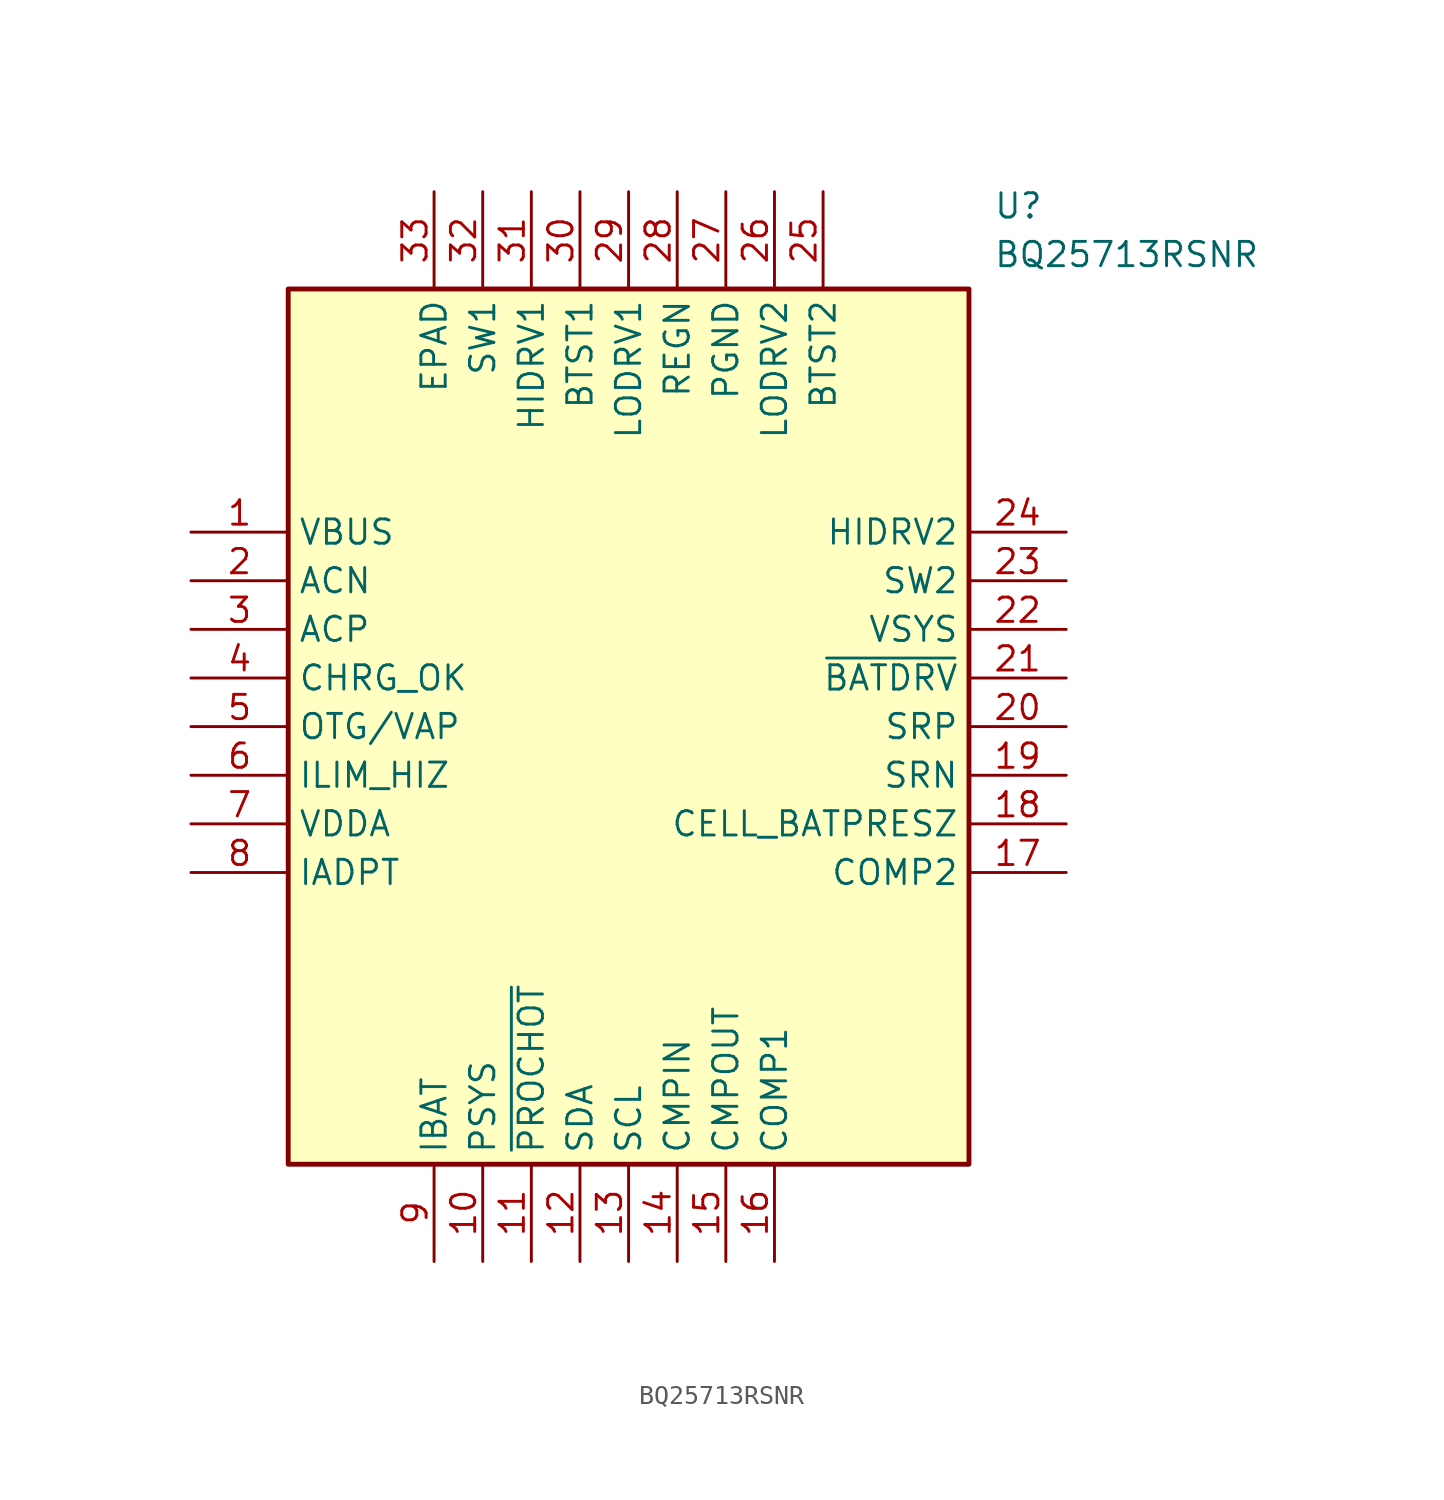
<source format=kicad_sym>
(kicad_symbol_lib
  (version 20241209)
  (generator "kicad_symbol_editor")
  (generator_version "9.0")
  (symbol "BQ25713RSNR"
    (property "Reference" "U"
      (at 41.91 17.78 0)
      (effects (font (size 1.27 1.27)) (justify left top)))
    (property "Value" "BQ25713RSNR"
      (at 41.91 15.24 0)
      (effects (font (size 1.27 1.27)) (justify left top)))
    (symbol "BQ25713RSNR_1_1"
      (rectangle (start 5.08 12.7) (end 40.64 -33.02) (stroke (width 0.254) (type default)) (fill (type background)))
      (pin passive line (at 0 0 0) (length 5.08) (name "VBUS" (effects (font (size 1.27 1.27)))) (number "1" (effects (font (size 1.27 1.27)))))
      (pin passive line (at 0 -2.54 0) (length 5.08) (name "ACN" (effects (font (size 1.27 1.27)))) (number "2" (effects (font (size 1.27 1.27)))))
      (pin passive line (at 0 -5.08 0) (length 5.08) (name "ACP" (effects (font (size 1.27 1.27)))) (number "3" (effects (font (size 1.27 1.27)))))
      (pin passive line (at 0 -7.62 0) (length 5.08) (name "CHRG_OK" (effects (font (size 1.27 1.27)))) (number "4" (effects (font (size 1.27 1.27)))))
      (pin passive line (at 0 -10.16 0) (length 5.08) (name "OTG/VAP" (effects (font (size 1.27 1.27)))) (number "5" (effects (font (size 1.27 1.27)))))
      (pin passive line (at 0 -12.7 0) (length 5.08) (name "ILIM_HIZ" (effects (font (size 1.27 1.27)))) (number "6" (effects (font (size 1.27 1.27)))))
      (pin passive line (at 0 -15.24 0) (length 5.08) (name "VDDA" (effects (font (size 1.27 1.27)))) (number "7" (effects (font (size 1.27 1.27)))))
      (pin passive line (at 0 -17.78 0) (length 5.08) (name "IADPT" (effects (font (size 1.27 1.27)))) (number "8" (effects (font (size 1.27 1.27)))))
      (pin passive line (at 12.7 17.78 270) (length 5.08) (name "EPAD" (effects (font (size 1.27 1.27)))) (number "33" (effects (font (size 1.27 1.27)))))
      (pin passive line (at 12.7 -38.1 90) (length 5.08) (name "IBAT" (effects (font (size 1.27 1.27)))) (number "9" (effects (font (size 1.27 1.27)))))
      (pin passive line (at 15.24 17.78 270) (length 5.08) (name "SW1" (effects (font (size 1.27 1.27)))) (number "32" (effects (font (size 1.27 1.27)))))
      (pin passive line (at 15.24 -38.1 90) (length 5.08) (name "PSYS" (effects (font (size 1.27 1.27)))) (number "10" (effects (font (size 1.27 1.27)))))
      (pin passive line (at 17.78 17.78 270) (length 5.08) (name "HIDRV1" (effects (font (size 1.27 1.27)))) (number "31" (effects (font (size 1.27 1.27)))))
      (pin passive line (at 17.78 -38.1 90) (length 5.08) (name "~{PROCHOT}" (effects (font (size 1.27 1.27)))) (number "11" (effects (font (size 1.27 1.27)))))
      (pin passive line (at 20.32 17.78 270) (length 5.08) (name "BTST1" (effects (font (size 1.27 1.27)))) (number "30" (effects (font (size 1.27 1.27)))))
      (pin passive line (at 20.32 -38.1 90) (length 5.08) (name "SDA" (effects (font (size 1.27 1.27)))) (number "12" (effects (font (size 1.27 1.27)))))
      (pin passive line (at 22.86 17.78 270) (length 5.08) (name "LODRV1" (effects (font (size 1.27 1.27)))) (number "29" (effects (font (size 1.27 1.27)))))
      (pin passive line (at 22.86 -38.1 90) (length 5.08) (name "SCL" (effects (font (size 1.27 1.27)))) (number "13" (effects (font (size 1.27 1.27)))))
      (pin passive line (at 25.4 17.78 270) (length 5.08) (name "REGN" (effects (font (size 1.27 1.27)))) (number "28" (effects (font (size 1.27 1.27)))))
      (pin passive line (at 25.4 -38.1 90) (length 5.08) (name "CMPIN" (effects (font (size 1.27 1.27)))) (number "14" (effects (font (size 1.27 1.27)))))
      (pin passive line (at 27.94 17.78 270) (length 5.08) (name "PGND" (effects (font (size 1.27 1.27)))) (number "27" (effects (font (size 1.27 1.27)))))
      (pin passive line (at 27.94 -38.1 90) (length 5.08) (name "CMPOUT" (effects (font (size 1.27 1.27)))) (number "15" (effects (font (size 1.27 1.27)))))
      (pin passive line (at 30.48 17.78 270) (length 5.08) (name "LODRV2" (effects (font (size 1.27 1.27)))) (number "26" (effects (font (size 1.27 1.27)))))
      (pin passive line (at 30.48 -38.1 90) (length 5.08) (name "COMP1" (effects (font (size 1.27 1.27)))) (number "16" (effects (font (size 1.27 1.27)))))
      (pin passive line (at 33.02 17.78 270) (length 5.08) (name "BTST2" (effects (font (size 1.27 1.27)))) (number "25" (effects (font (size 1.27 1.27)))))
      (pin passive line (at 45.72 0 180) (length 5.08) (name "HIDRV2" (effects (font (size 1.27 1.27)))) (number "24" (effects (font (size 1.27 1.27)))))
      (pin passive line (at 45.72 -2.54 180) (length 5.08) (name "SW2" (effects (font (size 1.27 1.27)))) (number "23" (effects (font (size 1.27 1.27)))))
      (pin passive line (at 45.72 -5.08 180) (length 5.08) (name "VSYS" (effects (font (size 1.27 1.27)))) (number "22" (effects (font (size 1.27 1.27)))))
      (pin passive line (at 45.72 -7.62 180) (length 5.08) (name "~{BATDRV}" (effects (font (size 1.27 1.27)))) (number "21" (effects (font (size 1.27 1.27)))))
      (pin passive line (at 45.72 -10.16 180) (length 5.08) (name "SRP" (effects (font (size 1.27 1.27)))) (number "20" (effects (font (size 1.27 1.27)))))
      (pin passive line (at 45.72 -12.7 180) (length 5.08) (name "SRN" (effects (font (size 1.27 1.27)))) (number "19" (effects (font (size 1.27 1.27)))))
      (pin passive line (at 45.72 -15.24 180) (length 5.08) (name "CELL_BATPRESZ" (effects (font (size 1.27 1.27)))) (number "18" (effects (font (size 1.27 1.27)))))
      (pin passive line (at 45.72 -17.78 180) (length 5.08) (name "COMP2" (effects (font (size 1.27 1.27)))) (number "17" (effects (font (size 1.27 1.27))))))))
</source>
